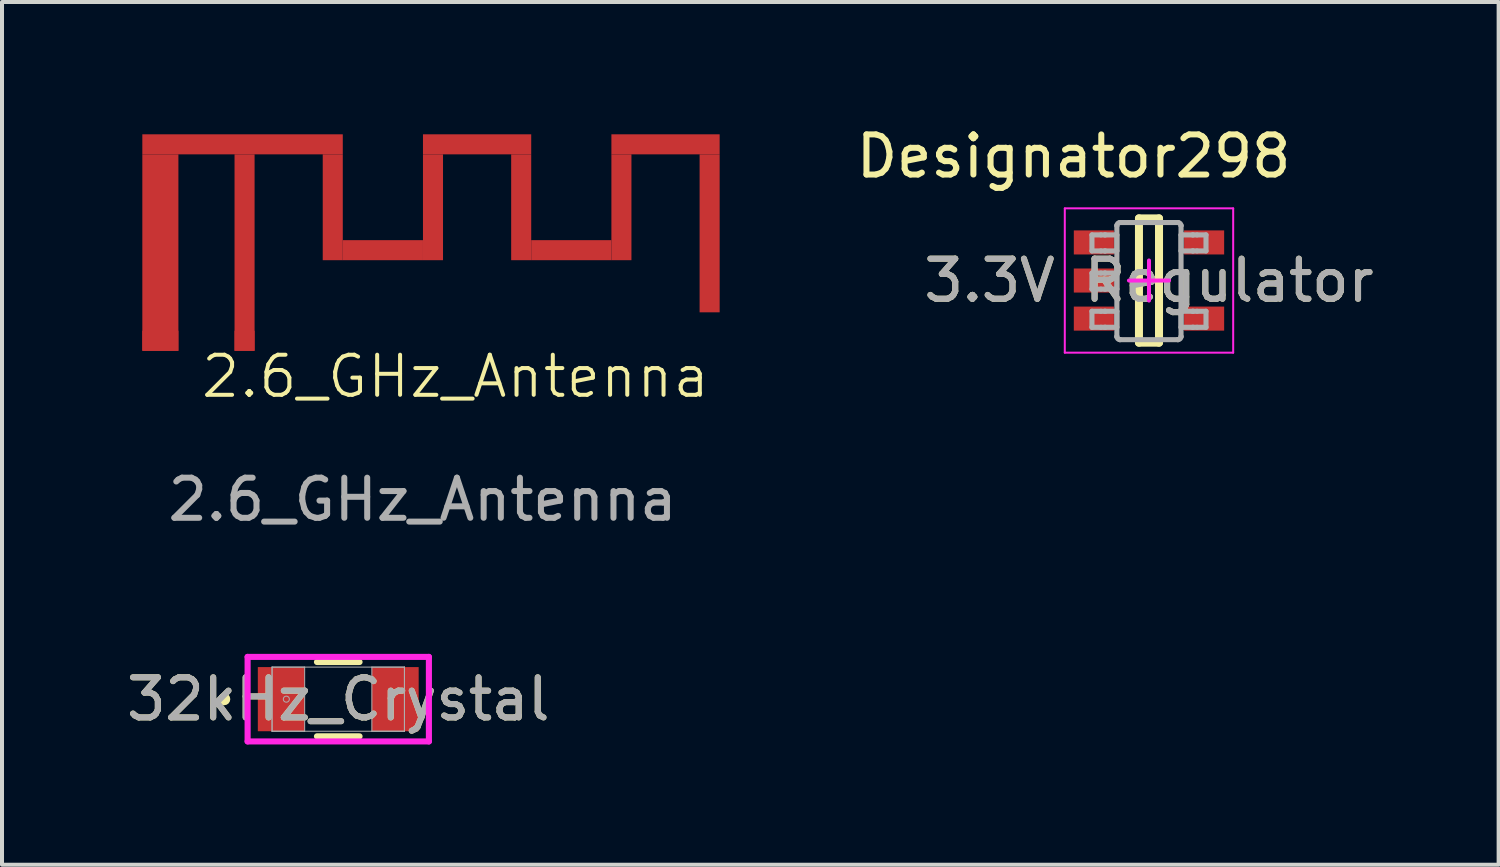
<source format=kicad_pcb>
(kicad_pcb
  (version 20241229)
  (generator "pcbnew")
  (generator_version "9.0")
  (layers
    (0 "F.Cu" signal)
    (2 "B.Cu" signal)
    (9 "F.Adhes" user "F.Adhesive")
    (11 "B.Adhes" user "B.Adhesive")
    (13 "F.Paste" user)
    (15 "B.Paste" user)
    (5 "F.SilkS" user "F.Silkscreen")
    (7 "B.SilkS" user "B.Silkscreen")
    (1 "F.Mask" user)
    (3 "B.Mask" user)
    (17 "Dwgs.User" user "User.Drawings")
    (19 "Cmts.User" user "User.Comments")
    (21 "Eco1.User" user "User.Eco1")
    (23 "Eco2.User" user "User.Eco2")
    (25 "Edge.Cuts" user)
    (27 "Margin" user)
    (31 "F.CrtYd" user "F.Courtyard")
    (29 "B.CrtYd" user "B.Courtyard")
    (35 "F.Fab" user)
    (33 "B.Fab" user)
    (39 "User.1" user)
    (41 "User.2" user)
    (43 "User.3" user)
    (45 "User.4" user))
  (footprint "2.6_GHz_Antenna"
    (layer "F.Cu")
    (at 7.5 2.94)
    (property "Reference" "2.6_GHz_Antenna" (at 0.81 3.4 0) (unlocked yes) (layer "F.SilkS") (effects (font (size 1 1) (thickness 0.1))))
    (fp_rect (start -7 -2.64) (end -2 -2.14) (stroke (width 0) (type solid)) (fill yes) (layer "F.Cu"))
    (fp_rect (start -7 -2.14) (end -6.1 2.76) (stroke (width 0) (type solid)) (fill yes) (layer "F.Cu"))
    (fp_rect (start -4.7 -2.14) (end -4.2 2.76) (stroke (width 0) (type solid)) (fill yes) (layer "F.Cu"))
    (fp_rect (start -2.5 -2.14) (end -2 0.5) (stroke (width 0) (type solid)) (fill yes) (layer "F.Cu"))
    (fp_rect (start -2 0) (end 0 0.5) (stroke (width 0) (type solid)) (fill yes) (layer "F.Cu"))
    (fp_rect (start 0 -2.64) (end 2.7 -2.14) (stroke (width 0) (type solid)) (fill yes) (layer "F.Cu"))
    (fp_rect (start 0 -2.14) (end 0.5 0.5) (stroke (width 0) (type solid)) (fill yes) (layer "F.Cu"))
    (fp_rect (start 2.2 -2.14) (end 2.7 0.5) (stroke (width 0) (type solid)) (fill yes) (layer "F.Cu"))
    (fp_rect (start 2.7 0) (end 4.7 0.5) (stroke (width 0) (type solid)) (fill yes) (layer "F.Cu"))
    (fp_rect (start 4.7 -2.64) (end 7.4 -2.14) (stroke (width 0) (type solid)) (fill yes) (layer "F.Cu"))
    (fp_rect (start 4.7 -2.14) (end 5.2 0.5) (stroke (width 0) (type solid)) (fill yes) (layer "F.Cu"))
    (fp_rect (start 6.9 -2.14) (end 7.4 1.8) (stroke (width 0) (type solid)) (fill yes) (layer "F.Cu"))
    (fp_text user "${REFERENCE}" (at -0.01 6.47 0) (unlocked yes) (layer "F.Fab") (effects (font (size 1 1) (thickness 0.15))))
    (pad "1" smd rect (at -4.45 2.51) (size 0.5 0.5) (layers "F.Cu" "F.Mask" "F.Paste"))
    (pad "2" smd rect (at -6.55 2.51) (size 0.9 0.5) (layers "F.Cu" "F.Mask" "F.Paste"))
    (zone (net_name "") (layer "F.Cu") (name "keep out") (hatch edge 0.5) (connect_pads) (min_thickness 0.25) (filled_areas_thickness no) (keepout (tracks not_allowed) (vias not_allowed) (pads not_allowed) (copperpour not_allowed) (footprints allowed)) (placement (enabled no)) (fill) (polygon (pts (xy 15.2 5.2) (xy 0 5.2) (xy 0 0) (xy 15.2 0)))))
  (footprint "32kHz_Crystal"
    (layer "F.Cu")
    (at 5.387 14.389)
    (property "Reference" "32kHz_Crystal" (at 0 0 0) (unlocked yes) (layer "F.SilkS") (effects (font (size 1 1) (thickness 0.15))))
    (attr smd)
    (fp_line (start -0.531 0.927) (end 0.531 0.927) (stroke (width 0.152) (type solid)) (layer "F.SilkS"))
    (fp_line (start 0.531 -0.927) (end -0.531 -0.927) (stroke (width 0.152) (type solid)) (layer "F.SilkS"))
    (fp_circle (center -2.845 0) (end -2.769 0) (stroke (width 0.152) (type solid)) (fill no) (layer "F.SilkS"))
    (fp_line (start -2.261 -1.054) (end 2.261 -1.054) (stroke (width 0.152) (type solid)) (layer "F.CrtYd"))
    (fp_line (start -2.261 1.054) (end -2.261 -1.054) (stroke (width 0.152) (type solid)) (layer "F.CrtYd"))
    (fp_line (start 2.261 -1.054) (end 2.261 1.054) (stroke (width 0.152) (type solid)) (layer "F.CrtYd"))
    (fp_line (start 2.261 1.054) (end -2.261 1.054) (stroke (width 0.152) (type solid)) (layer "F.CrtYd"))
    (fp_line (start -1.651 -0.8) (end -1.651 0.8) (stroke (width 0.025) (type solid)) (layer "F.Fab"))
    (fp_line (start -1.651 -0.8) (end -1.651 0.8) (stroke (width 0.025) (type solid)) (layer "F.Fab"))
    (fp_line (start -1.651 0.8) (end -0.838 0.8) (stroke (width 0.025) (type solid)) (layer "F.Fab"))
    (fp_line (start -1.651 0.8) (end 1.651 0.8) (stroke (width 0.025) (type solid)) (layer "F.Fab"))
    (fp_line (start -0.838 -0.8) (end -1.651 -0.8) (stroke (width 0.025) (type solid)) (layer "F.Fab"))
    (fp_line (start -0.838 0.8) (end -0.838 -0.8) (stroke (width 0.025) (type solid)) (layer "F.Fab"))
    (fp_line (start 0.838 -0.8) (end 0.838 0.8) (stroke (width 0.025) (type solid)) (layer "F.Fab"))
    (fp_line (start 0.838 0.8) (end 1.651 0.8) (stroke (width 0.025) (type solid)) (layer "F.Fab"))
    (fp_line (start 1.651 -0.8) (end -1.651 -0.8) (stroke (width 0.025) (type solid)) (layer "F.Fab"))
    (fp_line (start 1.651 -0.8) (end 0.838 -0.8) (stroke (width 0.025) (type solid)) (layer "F.Fab"))
    (fp_line (start 1.651 0.8) (end 1.651 -0.8) (stroke (width 0.025) (type solid)) (layer "F.Fab"))
    (fp_line (start 1.651 0.8) (end 1.651 -0.8) (stroke (width 0.025) (type solid)) (layer "F.Fab"))
    (fp_circle (center -1.295 0) (end -1.219 0) (stroke (width 0.025) (type solid)) (fill no) (layer "F.Fab"))
    (fp_text user "${REFERENCE}" (at 0 0 0) (unlocked yes) (layer "F.Fab") (effects (font (size 1 1) (thickness 0.15))))
    (pad "1" smd rect (at -1.422 0) (size 1.168 1.6) (layers "F.Cu" "F.Mask" "F.Paste"))
    (pad "2" smd rect (at 1.422 0) (size 1.168 1.6) (layers "F.Cu" "F.Mask" "F.Paste"))
    (zone (net_name "") (layer "F.Cu") (hatch full 0.508) (connect_pads) (min_thickness 0.254) (filled_areas_thickness no) (keepout (tracks not_allowed) (vias not_allowed) (pads allowed) (copperpour not_allowed) (footprints allowed)) (placement (enabled no)) (fill) (polygon (pts (xy 4.6 13.639) (xy 6.174 13.639) (xy 6.174 15.138) (xy 4.6 15.138)))))
  (footprint "3.3V Regulator"
    (layer "F.Cu")
    (at 25.609 3.947)
    (property "Reference" "3.3V Regulator" (at 0 0 0) (unlocked yes) (layer "F.SilkS") (effects (font (size 1 1) (thickness 0.15))))
    (attr smd)
    (fp_line (start -0.25 -1.55) (end 0.25 -1.55) (stroke (width 0.2) (type solid)) (layer "F.SilkS"))
    (fp_line (start -0.25 1.55) (end -0.25 -1.55) (stroke (width 0.2) (type solid)) (layer "F.SilkS"))
    (fp_line (start -0.25 1.55) (end 0.25 1.55) (stroke (width 0.2) (type solid)) (layer "F.SilkS"))
    (fp_line (start 0.25 1.55) (end 0.25 -1.55) (stroke (width 0.2) (type solid)) (layer "F.SilkS"))
    (fp_line (start -2.1 -1.8) (end 2.1 -1.8) (stroke (width 0.05) (type solid)) (layer "F.CrtYd"))
    (fp_line (start -2.1 1.8) (end -2.1 -1.8) (stroke (width 0.05) (type solid)) (layer "F.CrtYd"))
    (fp_line (start -2.1 1.8) (end 2.1 1.8) (stroke (width 0.05) (type solid)) (layer "F.CrtYd"))
    (fp_line (start -0.5 0) (end 0.5 0) (stroke (width 0.1) (type solid)) (layer "F.CrtYd"))
    (fp_line (start 0 0.5) (end 0 -0.5) (stroke (width 0.1) (type solid)) (layer "F.CrtYd"))
    (fp_line (start 2.1 1.8) (end 2.1 -1.8) (stroke (width 0.05) (type solid)) (layer "F.CrtYd"))
    (fp_line (start -1.423 -1.138) (end -1.199 -1.138) (stroke (width 0.127) (type solid)) (layer "F.Fab"))
    (fp_line (start -1.423 -0.738) (end -1.423 -1.138) (stroke (width 0.127) (type solid)) (layer "F.Fab"))
    (fp_line (start -1.423 -0.738) (end -1.199 -0.738) (stroke (width 0.127) (type solid)) (layer "F.Fab"))
    (fp_line (start -1.423 -0.186) (end -1.199 -0.186) (stroke (width 0.127) (type solid)) (layer "F.Fab"))
    (fp_line (start -1.423 0.215) (end -1.423 -0.186) (stroke (width 0.127) (type solid)) (layer "F.Fab"))
    (fp_line (start -1.423 0.215) (end -1.199 0.215) (stroke (width 0.127) (type solid)) (layer "F.Fab"))
    (fp_line (start -1.423 0.767) (end -1.199 0.767) (stroke (width 0.127) (type solid)) (layer "F.Fab"))
    (fp_line (start -1.423 1.167) (end -1.423 0.767) (stroke (width 0.127) (type solid)) (layer "F.Fab"))
    (fp_line (start -1.423 1.167) (end -1.199 1.167) (stroke (width 0.127) (type solid)) (layer "F.Fab"))
    (fp_line (start -1.199 -1.138) (end -1.105 -1.138) (stroke (width 0.127) (type solid)) (layer "F.Fab"))
    (fp_line (start -1.199 -0.738) (end -1.105 -0.738) (stroke (width 0.127) (type solid)) (layer "F.Fab"))
    (fp_line (start -1.199 -0.186) (end -1.105 -0.186) (stroke (width 0.127) (type solid)) (layer "F.Fab"))
    (fp_line (start -1.199 0.215) (end -1.105 0.215) (stroke (width 0.127) (type solid)) (layer "F.Fab"))
    (fp_line (start -1.199 0.767) (end -1.105 0.767) (stroke (width 0.127) (type solid)) (layer "F.Fab"))
    (fp_line (start -1.199 1.167) (end -1.105 1.167) (stroke (width 0.127) (type solid)) (layer "F.Fab"))
    (fp_line (start -1.105 -1.138) (end -1.088 -1.138) (stroke (width 0.127) (type solid)) (layer "F.Fab"))
    (fp_line (start -1.105 -0.738) (end -1.088 -0.738) (stroke (width 0.127) (type solid)) (layer "F.Fab"))
    (fp_line (start -1.105 -0.186) (end -1.088 -0.186) (stroke (width 0.127) (type solid)) (layer "F.Fab"))
    (fp_line (start -1.105 0.215) (end -1.088 0.215) (stroke (width 0.127) (type solid)) (layer "F.Fab"))
    (fp_line (start -1.105 0.767) (end -1.088 0.767) (stroke (width 0.127) (type solid)) (layer "F.Fab"))
    (fp_line (start -1.105 1.167) (end -1.088 1.167) (stroke (width 0.127) (type solid)) (layer "F.Fab"))
    (fp_line (start -1.088 -1.138) (end -0.835 -1.138) (stroke (width 0.127) (type solid)) (layer "F.Fab"))
    (fp_line (start -1.088 -0.738) (end -0.835 -0.738) (stroke (width 0.127) (type solid)) (layer "F.Fab"))
    (fp_line (start -1.088 -0.186) (end -0.835 -0.186) (stroke (width 0.127) (type solid)) (layer "F.Fab"))
    (fp_line (start -1.088 0.215) (end -0.835 0.215) (stroke (width 0.127) (type solid)) (layer "F.Fab"))
    (fp_line (start -1.088 0.767) (end -0.835 0.767) (stroke (width 0.127) (type solid)) (layer "F.Fab"))
    (fp_line (start -1.088 1.167) (end -0.835 1.167) (stroke (width 0.127) (type solid)) (layer "F.Fab"))
    (fp_line (start -0.835 -1.138) (end -0.801 -1.138) (stroke (width 0.127) (type solid)) (layer "F.Fab"))
    (fp_line (start -0.835 -0.738) (end -0.801 -0.738) (stroke (width 0.127) (type solid)) (layer "F.Fab"))
    (fp_line (start -0.835 -0.186) (end -0.801 -0.186) (stroke (width 0.127) (type solid)) (layer "F.Fab"))
    (fp_line (start -0.835 0.215) (end -0.801 0.215) (stroke (width 0.127) (type solid)) (layer "F.Fab"))
    (fp_line (start -0.835 0.767) (end -0.801 0.767) (stroke (width 0.127) (type solid)) (layer "F.Fab"))
    (fp_line (start -0.835 1.167) (end -0.801 1.167) (stroke (width 0.127) (type solid)) (layer "F.Fab"))
    (fp_line (start -0.801 -1.37) (end -0.801 -1.371) (stroke (width 0.127) (type solid)) (layer "F.Fab"))
    (fp_line (start -0.801 -0.738) (end -0.801 -1.138) (stroke (width 0.127) (type solid)) (layer "F.Fab"))
    (fp_line (start -0.801 0.215) (end -0.801 -0.186) (stroke (width 0.127) (type solid)) (layer "F.Fab"))
    (fp_line (start -0.801 1.167) (end -0.801 0.767) (stroke (width 0.127) (type solid)) (layer "F.Fab"))
    (fp_line (start -0.801 1.399) (end -0.801 -1.37) (stroke (width 0.127) (type solid)) (layer "F.Fab"))
    (fp_line (start -0.801 1.4) (end -0.801 1.399) (stroke (width 0.127) (type solid)) (layer "F.Fab"))
    (fp_line (start -0.725 -1.446) (end -0.725 -1.446) (stroke (width 0.127) (type solid)) (layer "F.Fab"))
    (fp_line (start -0.725 1.475) (end -0.725 1.475) (stroke (width 0.127) (type solid)) (layer "F.Fab"))
    (fp_line (start -0.725 -1.446) (end 0.723 -1.446) (stroke (width 0.127) (type solid)) (layer "F.Fab"))
    (fp_line (start -0.725 1.475) (end 0.723 1.475) (stroke (width 0.127) (type solid)) (layer "F.Fab"))
    (fp_line (start 0.723 -1.446) (end 0.724 -1.446) (stroke (width 0.127) (type solid)) (layer "F.Fab"))
    (fp_line (start 0.723 1.475) (end 0.724 1.475) (stroke (width 0.127) (type solid)) (layer "F.Fab"))
    (fp_line (start 0.799 -1.37) (end 0.799 -1.371) (stroke (width 0.127) (type solid)) (layer "F.Fab"))
    (fp_line (start 0.799 -1.138) (end 0.834 -1.138) (stroke (width 0.127) (type solid)) (layer "F.Fab"))
    (fp_line (start 0.799 -0.738) (end 0.799 -1.138) (stroke (width 0.127) (type solid)) (layer "F.Fab"))
    (fp_line (start 0.799 -0.738) (end 0.834 -0.738) (stroke (width 0.127) (type solid)) (layer "F.Fab"))
    (fp_line (start 0.799 0.767) (end 0.834 0.767) (stroke (width 0.127) (type solid)) (layer "F.Fab"))
    (fp_line (start 0.799 1.167) (end 0.799 0.767) (stroke (width 0.127) (type solid)) (layer "F.Fab"))
    (fp_line (start 0.799 1.167) (end 0.834 1.167) (stroke (width 0.127) (type solid)) (layer "F.Fab"))
    (fp_line (start 0.799 1.399) (end 0.799 -1.37) (stroke (width 0.127) (type solid)) (layer "F.Fab"))
    (fp_line (start 0.799 1.4) (end 0.799 1.399) (stroke (width 0.127) (type solid)) (layer "F.Fab"))
    (fp_line (start 0.834 -1.138) (end 1.087 -1.138) (stroke (width 0.127) (type solid)) (layer "F.Fab"))
    (fp_line (start 0.834 -0.738) (end 1.087 -0.738) (stroke (width 0.127) (type solid)) (layer "F.Fab"))
    (fp_line (start 0.834 0.767) (end 1.087 0.767) (stroke (width 0.127) (type solid)) (layer "F.Fab"))
    (fp_line (start 0.834 1.167) (end 1.087 1.167) (stroke (width 0.127) (type solid)) (layer "F.Fab"))
    (fp_line (start 1.087 -1.138) (end 1.103 -1.138) (stroke (width 0.127) (type solid)) (layer "F.Fab"))
    (fp_line (start 1.087 -0.738) (end 1.103 -0.738) (stroke (width 0.127) (type solid)) (layer "F.Fab"))
    (fp_line (start 1.087 0.767) (end 1.103 0.767) (stroke (width 0.127) (type solid)) (layer "F.Fab"))
    (fp_line (start 1.087 1.167) (end 1.103 1.167) (stroke (width 0.127) (type solid)) (layer "F.Fab"))
    (fp_line (start 1.103 -1.138) (end 1.198 -1.138) (stroke (width 0.127) (type solid)) (layer "F.Fab"))
    (fp_line (start 1.103 -0.738) (end 1.198 -0.738) (stroke (width 0.127) (type solid)) (layer "F.Fab"))
    (fp_line (start 1.103 0.767) (end 1.198 0.767) (stroke (width 0.127) (type solid)) (layer "F.Fab"))
    (fp_line (start 1.103 1.167) (end 1.198 1.167) (stroke (width 0.127) (type solid)) (layer "F.Fab"))
    (fp_line (start 1.198 -1.138) (end 1.422 -1.138) (stroke (width 0.127) (type solid)) (layer "F.Fab"))
    (fp_line (start 1.198 -0.738) (end 1.422 -0.738) (stroke (width 0.127) (type solid)) (layer "F.Fab"))
    (fp_line (start 1.198 0.767) (end 1.422 0.767) (stroke (width 0.127) (type solid)) (layer "F.Fab"))
    (fp_line (start 1.198 1.167) (end 1.422 1.167) (stroke (width 0.127) (type solid)) (layer "F.Fab"))
    (fp_line (start 1.422 -0.738) (end 1.422 -1.138) (stroke (width 0.127) (type solid)) (layer "F.Fab"))
    (fp_line (start 1.422 1.167) (end 1.422 0.767) (stroke (width 0.127) (type solid)) (layer "F.Fab"))
    (fp_arc (start -0.80074 -1.37084) (mid -0.778218 -1.423887) (end -0.724999 -1.445998) (stroke (width 0.127) (type solid)) (layer "F.Fab"))
    (fp_arc (start -0.724999 1.475) (mid -0.778213 1.452901) (end -0.80074 1.399867) (stroke (width 0.127) (type solid)) (layer "F.Fab"))
    (fp_arc (start 0.723714 -1.445998) (mid 0.776933 -1.423887) (end 0.799455 -1.37084) (stroke (width 0.127) (type solid)) (layer "F.Fab"))
    (fp_arc (start 0.799455 1.399868) (mid 0.776927 1.452901) (end 0.723713 1.475) (stroke (width 0.127) (type solid)) (layer "F.Fab"))
    (fp_text user "Designator298" (at -1.88 -3.099 0) (unlocked yes) (layer "F.SilkS") (effects (font (size 1 1) (thickness 0.15))))
    (fp_text user "${REFERENCE}" (at 0 0 0) (unlocked yes) (layer "F.Fab") (effects (font (size 1 1) (thickness 0.15))))
    (pad "1" smd rect (at -1.375 -0.95 90) (size 0.6 1) (layers "F.Cu" "F.Mask" "F.Paste"))
    (pad "2" smd rect (at -1.375 0 90) (size 0.6 1) (layers "F.Cu" "F.Mask" "F.Paste"))
    (pad "3" smd rect (at -1.375 0.95 90) (size 0.6 1) (layers "F.Cu" "F.Mask" "F.Paste"))
    (pad "4" smd rect (at 1.375 0.95 90) (size 0.6 1) (layers "F.Cu" "F.Mask" "F.Paste"))
    (pad "5" smd rect (at 1.375 -0.95 90) (size 0.6 1) (layers "F.Cu" "F.Mask" "F.Paste")))
  (gr_rect
    (start -3 -3)
    (end 34.33 18.519)
    (stroke (width 0.1) (type default))
    (fill no)
    (layer "Edge.Cuts")))
</source>
